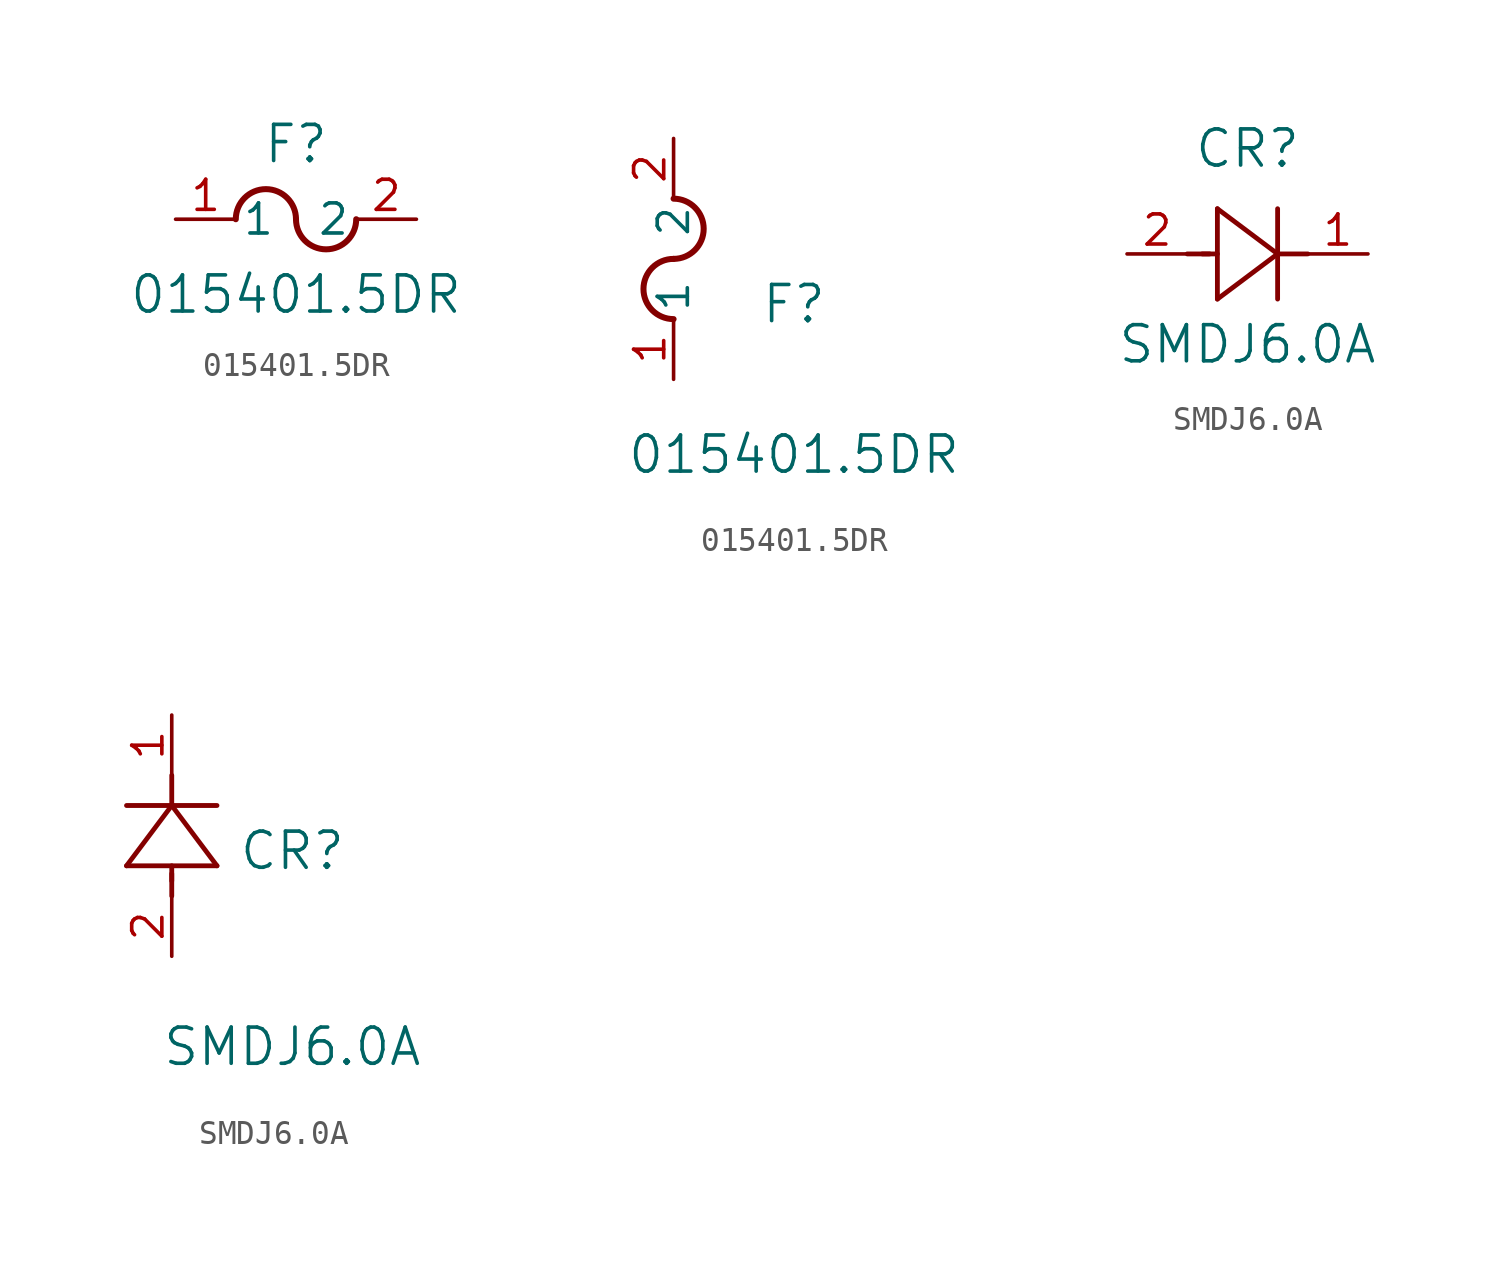
<source format=kicad_sym>
(kicad_symbol_lib
  (version 20220914)
  (generator kicad_symbol_editor)
  (symbol "015401.5DR"
    (pin_names
      (offset 0.254))
    (property "Reference" "F"
      (at 5.08 3.175 0)
      (effects (font (size 1.524 1.524))))
    (property "Value" "015401.5DR"
      (at 5.08 -3.175 0)
      (effects (font (size 1.524 1.524))))
    (property "ki_locked" ""
      (at 0 0 0)
      (effects (font (size 1.27 1.27))))
    (symbol "015401.5DR_1_1"
      (arc (start 5.08 0) (mid 3.81 1.2645) (end 2.54 0) (stroke (width 0.254) (type default)) (fill (type none)))
      (arc (start 5.08 0) (mid 6.35 -1.2645) (end 7.62 0) (stroke (width 0.254) (type default)) (fill (type none)))
      (pin unspecified line (at 0 0 0) (length 2.54) (name "1" (effects (font (size 1.27 1.27)))) (number "1" (effects (font (size 1.27 1.27)))))
      (pin unspecified line (at 10.16 0 180) (length 2.54) (name "2" (effects (font (size 1.27 1.27)))) (number "2" (effects (font (size 1.27 1.27))))))
    (symbol "015401.5DR_1_2"
      (arc (start 0 5.08) (mid -1.2645 3.81) (end 0 2.54) (stroke (width 0.254) (type default)) (fill (type none)))
      (arc (start 0 5.08) (mid 1.2645 6.35) (end 0 7.62) (stroke (width 0.254) (type default)) (fill (type none)))
      (pin unspecified line (at 0 0 90) (length 2.54) (name "1" (effects (font (size 1.27 1.27)))) (number "1" (effects (font (size 1.27 1.27)))))
      (pin unspecified line (at 0 10.16 270) (length 2.54) (name "2" (effects (font (size 1.27 1.27)))) (number "2" (effects (font (size 1.27 1.27)))))))
  (symbol "SMDJ6.0A"
    (pin_names
      (offset 0.254))
    (property "Reference" "CR"
      (at 5.08 4.445 0)
      (effects (font (size 1.524 1.524))))
    (property "Value" "SMDJ6.0A"
      (at 5.08 -3.81 0)
      (effects (font (size 1.524 1.524))))
    (property "ki_locked" ""
      (at 0 0 0)
      (effects (font (size 1.27 1.27))))
    (symbol "SMDJ6.0A_1_1"
      (polyline (pts (xy 2.54 0) (xy 3.48 0)) (stroke (width 0.203) (type default)) (fill (type none)))
      (polyline (pts (xy 3.175 0) (xy 3.81 0)) (stroke (width 0.203) (type default)) (fill (type none)))
      (polyline (pts (xy 3.81 -1.905) (xy 6.35 0)) (stroke (width 0.203) (type default)) (fill (type none)))
      (polyline (pts (xy 3.81 1.905) (xy 3.81 -1.905)) (stroke (width 0.203) (type default)) (fill (type none)))
      (polyline (pts (xy 6.35 -1.905) (xy 6.35 1.905)) (stroke (width 0.203) (type default)) (fill (type none)))
      (polyline (pts (xy 6.35 0) (xy 3.81 1.905)) (stroke (width 0.203) (type default)) (fill (type none)))
      (polyline (pts (xy 6.35 0) (xy 7.62 0)) (stroke (width 0.203) (type default)) (fill (type none)))
      (pin unspecified line (at 10.16 0 180) (length 2.54) (name "" (effects (font (size 1.27 1.27)))) (number "1" (effects (font (size 1.27 1.27)))))
      (pin unspecified line (at 0 0 0) (length 2.54) (name "" (effects (font (size 1.27 1.27)))) (number "2" (effects (font (size 1.27 1.27))))))
    (symbol "SMDJ6.0A_1_2"
      (polyline (pts (xy -1.905 3.81) (xy 1.905 3.81)) (stroke (width 0.203) (type default)) (fill (type none)))
      (polyline (pts (xy 0 2.54) (xy 0 3.48)) (stroke (width 0.203) (type default)) (fill (type none)))
      (polyline (pts (xy 0 3.175) (xy 0 3.81)) (stroke (width 0.203) (type default)) (fill (type none)))
      (polyline (pts (xy 0 6.35) (xy -1.905 3.81)) (stroke (width 0.203) (type default)) (fill (type none)))
      (polyline (pts (xy 0 6.35) (xy 0 7.62)) (stroke (width 0.203) (type default)) (fill (type none)))
      (polyline (pts (xy 1.905 3.81) (xy 0 6.35)) (stroke (width 0.203) (type default)) (fill (type none)))
      (polyline (pts (xy 1.905 6.35) (xy -1.905 6.35)) (stroke (width 0.203) (type default)) (fill (type none)))
      (pin unspecified line (at 0 10.16 270) (length 2.54) (name "" (effects (font (size 1.27 1.27)))) (number "1" (effects (font (size 1.27 1.27)))))
      (pin unspecified line (at 0 0 90) (length 2.54) (name "" (effects (font (size 1.27 1.27)))) (number "2" (effects (font (size 1.27 1.27))))))))
</source>
